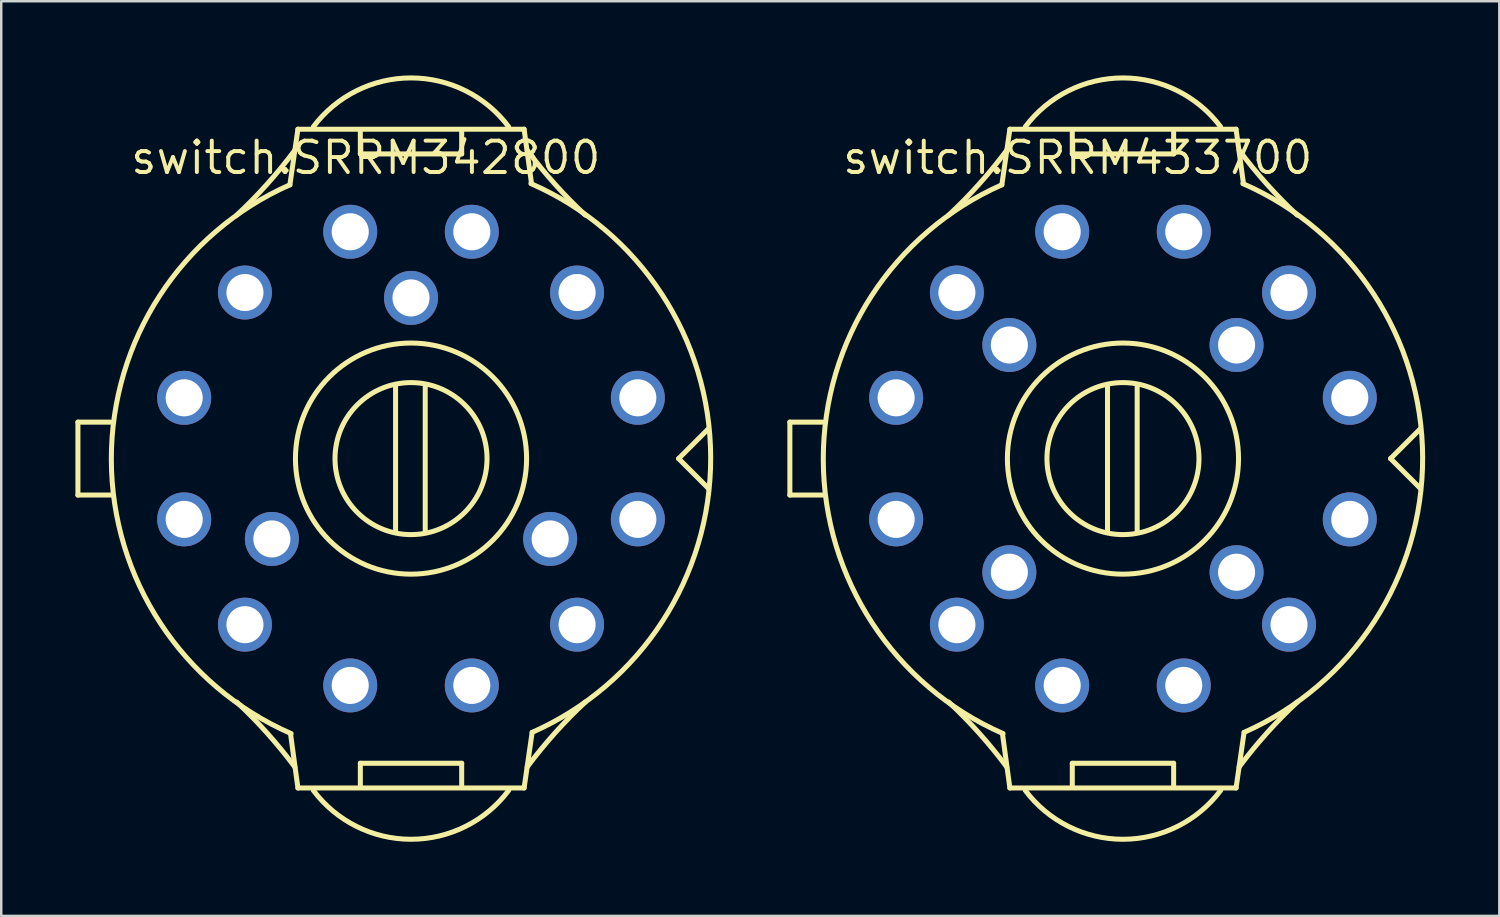
<source format=kicad_pcb>
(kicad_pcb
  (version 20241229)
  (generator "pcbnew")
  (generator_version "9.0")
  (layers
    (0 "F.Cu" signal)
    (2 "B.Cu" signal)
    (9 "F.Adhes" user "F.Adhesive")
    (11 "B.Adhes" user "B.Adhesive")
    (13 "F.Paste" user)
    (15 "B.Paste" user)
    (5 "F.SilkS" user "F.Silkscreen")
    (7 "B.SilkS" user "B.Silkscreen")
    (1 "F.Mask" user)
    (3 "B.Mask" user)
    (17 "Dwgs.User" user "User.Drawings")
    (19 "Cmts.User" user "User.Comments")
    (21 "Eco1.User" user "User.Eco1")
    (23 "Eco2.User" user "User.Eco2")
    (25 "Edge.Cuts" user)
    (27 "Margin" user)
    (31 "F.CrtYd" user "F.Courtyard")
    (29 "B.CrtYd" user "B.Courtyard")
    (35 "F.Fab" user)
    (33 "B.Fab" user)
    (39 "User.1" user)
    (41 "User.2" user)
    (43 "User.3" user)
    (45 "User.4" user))
  (footprint "switch.SRRM342800"
    (layer "F.Cu")
    (at 13.577 15.502)
    (property "Reference" "switch.SRRM342800" (at -11.43 -11.43 0) (layer "F.SilkS") (effects (font (size 1.27 1.27) (thickness 0.16)) (justify left bottom)))
    (attr through_hole)
    (fp_line (start -13.475 -1.475) (end -13.475 1.475) (stroke (width 0.203) (type default)) (layer "F.SilkS"))
    (fp_line (start -13.475 1.475) (end -12.1 1.475) (stroke (width 0.203) (type default)) (layer "F.SilkS"))
    (fp_line (start -12.15 -1.475) (end -13.475 -1.475) (stroke (width 0.203) (type default)) (layer "F.SilkS"))
    (fp_line (start -4.9 -11.075) (end -4.575 -13.325) (stroke (width 0.203) (type default)) (layer "F.SilkS"))
    (fp_line (start -4.575 -13.325) (end 4.575 -13.325) (stroke (width 0.203) (type default)) (layer "F.SilkS"))
    (fp_line (start -4.575 13.325) (end -4.875 11.125) (stroke (width 0.203) (type default)) (layer "F.SilkS"))
    (fp_line (start -2.05 -13.225) (end -2.05 -12.325) (stroke (width 0.203) (type default)) (layer "F.SilkS"))
    (fp_line (start -2.05 -12.325) (end 2.05 -12.325) (stroke (width 0.203) (type default)) (layer "F.SilkS"))
    (fp_line (start -2.05 12.325) (end -2.05 13.225) (stroke (width 0.203) (type default)) (layer "F.SilkS"))
    (fp_line (start -0.625 -2.9) (end -0.625 2.975) (stroke (width 0.203) (type default)) (layer "F.SilkS"))
    (fp_line (start 0.575 -2.9) (end 0.575 2.975) (stroke (width 0.203) (type default)) (layer "F.SilkS"))
    (fp_line (start 2.05 -12.325) (end 2.05 -13.225) (stroke (width 0.203) (type default)) (layer "F.SilkS"))
    (fp_line (start 2.05 12.325) (end -2.05 12.325) (stroke (width 0.203) (type default)) (layer "F.SilkS"))
    (fp_line (start 2.05 13.225) (end 2.05 12.325) (stroke (width 0.203) (type default)) (layer "F.SilkS"))
    (fp_line (start 4.575 -13.325) (end 4.875 -11.125) (stroke (width 0.203) (type default)) (layer "F.SilkS"))
    (fp_line (start 4.575 13.325) (end -4.575 13.325) (stroke (width 0.203) (type default)) (layer "F.SilkS"))
    (fp_line (start 4.9 11.075) (end 4.575 13.325) (stroke (width 0.203) (type default)) (layer "F.SilkS"))
    (fp_line (start 10.825 0) (end 12.025 1.2) (stroke (width 0.203) (type default)) (layer "F.SilkS"))
    (fp_line (start 12.025 -1.2) (end 10.825 0) (stroke (width 0.203) (type default)) (layer "F.SilkS"))
    (fp_arc (start -7.05 9.85) (mid -5.815572 11.109298) (end -4.7 12.475) (stroke (width 0.2032) (type default)) (layer "F.SilkS"))
    (fp_arc (start -4.85 11.125) (mid -12.12335 0.041325) (end -4.9 -11.075) (stroke (width 0.2032) (type default)) (layer "F.SilkS"))
    (fp_arc (start -4.7 -12.475) (mid -5.815572 -11.109298) (end -7.05 -9.85) (stroke (width 0.2032) (type default)) (layer "F.SilkS"))
    (fp_arc (start -3.95 -13.425) (mid 0 -15.4) (end 3.95 -13.425) (stroke (width 0.2032) (type default)) (layer "F.SilkS"))
    (fp_arc (start 3.95 13.425) (mid 0 15.4) (end -3.95 13.425) (stroke (width 0.2032) (type default)) (layer "F.SilkS"))
    (fp_arc (start 4.7 12.475) (mid 5.815572 11.109298) (end 7.05 9.85) (stroke (width 0.2032) (type default)) (layer "F.SilkS"))
    (fp_arc (start 4.85 -11.125) (mid 12.12335 -0.041325) (end 4.9 11.075) (stroke (width 0.2032) (type default)) (layer "F.SilkS"))
    (fp_arc (start 7.05 -9.85) (mid 5.815572 -11.109298) (end 4.7 -12.475) (stroke (width 0.2032) (type default)) (layer "F.SilkS"))
    (fp_circle (center 0 0) (end 3.075 0) (stroke (width 0.203) (type default)) (fill no) (layer "F.SilkS"))
    (fp_circle (center 0 0) (end 4.675 0) (stroke (width 0.203) (type default)) (fill no) (layer "F.SilkS"))
    (pad "1" thru_hole circle (at -9.176 -2.459 90) (size 2.184 2.184) (drill 1.5) (layers "*.Cu" "*.Mask"))
    (pad "2" thru_hole circle (at -6.718 -6.718 90) (size 2.184 2.184) (drill 1.5) (layers "*.Cu" "*.Mask"))
    (pad "3" thru_hole circle (at -2.459 -9.176 90) (size 2.184 2.184) (drill 1.5) (layers "*.Cu" "*.Mask"))
    (pad "4" thru_hole circle (at 2.459 -9.176) (size 2.184 2.184) (drill 1.5) (layers "*.Cu" "*.Mask"))
    (pad "5" thru_hole circle (at 6.718 -6.718) (size 2.184 2.184) (drill 1.5) (layers "*.Cu" "*.Mask"))
    (pad "6" thru_hole circle (at 9.176 -2.459) (size 2.184 2.184) (drill 1.5) (layers "*.Cu" "*.Mask"))
    (pad "7" thru_hole circle (at 9.176 2.459 270) (size 2.184 2.184) (drill 1.5) (layers "*.Cu" "*.Mask"))
    (pad "8" thru_hole circle (at 6.718 6.718 270) (size 2.184 2.184) (drill 1.5) (layers "*.Cu" "*.Mask"))
    (pad "9" thru_hole circle (at 2.459 9.176 270) (size 2.184 2.184) (drill 1.5) (layers "*.Cu" "*.Mask"))
    (pad "10" thru_hole circle (at -2.459 9.176 180) (size 2.184 2.184) (drill 1.5) (layers "*.Cu" "*.Mask"))
    (pad "11" thru_hole circle (at -6.718 6.718 180) (size 2.184 2.184) (drill 1.5) (layers "*.Cu" "*.Mask"))
    (pad "12" thru_hole circle (at -9.176 2.459 180) (size 2.184 2.184) (drill 1.5) (layers "*.Cu" "*.Mask"))
    (pad "13" thru_hole circle (at -0.0001 -6.5 60) (size 2.184 2.184) (drill 1.5) (layers "*.Cu" "*.Mask"))
    (pad "14" thru_hole circle (at 5.629 3.25 300) (size 2.184 2.184) (drill 1.5) (layers "*.Cu" "*.Mask"))
    (pad "15" thru_hole circle (at -5.629 3.25 180) (size 2.184 2.184) (drill 1.5) (layers "*.Cu" "*.Mask")))
  (footprint "switch.SRRM433700"
    (layer "F.Cu")
    (at 42.378 15.502)
    (property "Reference" "switch.SRRM433700" (at -11.43 -11.43 0) (layer "F.SilkS") (effects (font (size 1.27 1.27) (thickness 0.16)) (justify left bottom)))
    (attr through_hole)
    (fp_line (start -13.475 -1.475) (end -13.475 1.475) (stroke (width 0.203) (type default)) (layer "F.SilkS"))
    (fp_line (start -13.475 1.475) (end -12.1 1.475) (stroke (width 0.203) (type default)) (layer "F.SilkS"))
    (fp_line (start -12.15 -1.475) (end -13.475 -1.475) (stroke (width 0.203) (type default)) (layer "F.SilkS"))
    (fp_line (start -4.9 -11.075) (end -4.575 -13.325) (stroke (width 0.203) (type default)) (layer "F.SilkS"))
    (fp_line (start -4.575 -13.325) (end 4.575 -13.325) (stroke (width 0.203) (type default)) (layer "F.SilkS"))
    (fp_line (start -4.575 13.325) (end -4.875 11.125) (stroke (width 0.203) (type default)) (layer "F.SilkS"))
    (fp_line (start -2.05 -13.225) (end -2.05 -12.325) (stroke (width 0.203) (type default)) (layer "F.SilkS"))
    (fp_line (start -2.05 -12.325) (end 2.05 -12.325) (stroke (width 0.203) (type default)) (layer "F.SilkS"))
    (fp_line (start -2.05 12.325) (end -2.05 13.225) (stroke (width 0.203) (type default)) (layer "F.SilkS"))
    (fp_line (start -0.625 -2.9) (end -0.625 2.975) (stroke (width 0.203) (type default)) (layer "F.SilkS"))
    (fp_line (start 0.575 -2.9) (end 0.575 2.975) (stroke (width 0.203) (type default)) (layer "F.SilkS"))
    (fp_line (start 2.05 -12.325) (end 2.05 -13.225) (stroke (width 0.203) (type default)) (layer "F.SilkS"))
    (fp_line (start 2.05 12.325) (end -2.05 12.325) (stroke (width 0.203) (type default)) (layer "F.SilkS"))
    (fp_line (start 2.05 13.225) (end 2.05 12.325) (stroke (width 0.203) (type default)) (layer "F.SilkS"))
    (fp_line (start 4.575 -13.325) (end 4.875 -11.125) (stroke (width 0.203) (type default)) (layer "F.SilkS"))
    (fp_line (start 4.575 13.325) (end -4.575 13.325) (stroke (width 0.203) (type default)) (layer "F.SilkS"))
    (fp_line (start 4.9 11.075) (end 4.575 13.325) (stroke (width 0.203) (type default)) (layer "F.SilkS"))
    (fp_line (start 10.825 0) (end 12.025 1.2) (stroke (width 0.203) (type default)) (layer "F.SilkS"))
    (fp_line (start 12.025 -1.2) (end 10.825 0) (stroke (width 0.203) (type default)) (layer "F.SilkS"))
    (fp_arc (start -7.05 9.85) (mid -5.815572 11.109298) (end -4.7 12.475) (stroke (width 0.2032) (type default)) (layer "F.SilkS"))
    (fp_arc (start -4.85 11.125) (mid -12.12335 0.041325) (end -4.9 -11.075) (stroke (width 0.2032) (type default)) (layer "F.SilkS"))
    (fp_arc (start -4.7 -12.475) (mid -5.815572 -11.109298) (end -7.05 -9.85) (stroke (width 0.2032) (type default)) (layer "F.SilkS"))
    (fp_arc (start -3.95 -13.425) (mid 0 -15.4) (end 3.95 -13.425) (stroke (width 0.2032) (type default)) (layer "F.SilkS"))
    (fp_arc (start 3.95 13.425) (mid 0 15.4) (end -3.95 13.425) (stroke (width 0.2032) (type default)) (layer "F.SilkS"))
    (fp_arc (start 4.7 12.475) (mid 5.815572 11.109298) (end 7.05 9.85) (stroke (width 0.2032) (type default)) (layer "F.SilkS"))
    (fp_arc (start 4.85 -11.125) (mid 12.12335 -0.041325) (end 4.9 11.075) (stroke (width 0.2032) (type default)) (layer "F.SilkS"))
    (fp_arc (start 7.05 -9.85) (mid 5.815572 -11.109298) (end 4.7 -12.475) (stroke (width 0.2032) (type default)) (layer "F.SilkS"))
    (fp_circle (center 0 0) (end 3.075 0) (stroke (width 0.203) (type default)) (fill no) (layer "F.SilkS"))
    (fp_circle (center 0 0) (end 4.675 0) (stroke (width 0.203) (type default)) (fill no) (layer "F.SilkS"))
    (pad "1" thru_hole circle (at -9.176 -2.459 90) (size 2.184 2.184) (drill 1.5) (layers "*.Cu" "*.Mask"))
    (pad "2" thru_hole circle (at -6.718 -6.718 90) (size 2.184 2.184) (drill 1.5) (layers "*.Cu" "*.Mask"))
    (pad "3" thru_hole circle (at -2.459 -9.176 90) (size 2.184 2.184) (drill 1.5) (layers "*.Cu" "*.Mask"))
    (pad "4" thru_hole circle (at 2.459 -9.176) (size 2.184 2.184) (drill 1.5) (layers "*.Cu" "*.Mask"))
    (pad "5" thru_hole circle (at 6.718 -6.718) (size 2.184 2.184) (drill 1.5) (layers "*.Cu" "*.Mask"))
    (pad "6" thru_hole circle (at 9.176 -2.459) (size 2.184 2.184) (drill 1.5) (layers "*.Cu" "*.Mask"))
    (pad "7" thru_hole circle (at 9.176 2.459 270) (size 2.184 2.184) (drill 1.5) (layers "*.Cu" "*.Mask"))
    (pad "8" thru_hole circle (at 6.718 6.718 270) (size 2.184 2.184) (drill 1.5) (layers "*.Cu" "*.Mask"))
    (pad "9" thru_hole circle (at 2.459 9.176 270) (size 2.184 2.184) (drill 1.5) (layers "*.Cu" "*.Mask"))
    (pad "10" thru_hole circle (at -2.459 9.176 180) (size 2.184 2.184) (drill 1.5) (layers "*.Cu" "*.Mask"))
    (pad "11" thru_hole circle (at -6.718 6.718 180) (size 2.184 2.184) (drill 1.5) (layers "*.Cu" "*.Mask"))
    (pad "12" thru_hole circle (at -9.176 2.459 180) (size 2.184 2.184) (drill 1.5) (layers "*.Cu" "*.Mask"))
    (pad "13" thru_hole circle (at -4.596 -4.596 105) (size 2.184 2.184) (drill 1.5) (layers "*.Cu" "*.Mask"))
    (pad "14" thru_hole circle (at 4.596 -4.596 15) (size 2.184 2.184) (drill 1.5) (layers "*.Cu" "*.Mask"))
    (pad "15" thru_hole circle (at 4.596 4.596 285) (size 2.184 2.184) (drill 1.5) (layers "*.Cu" "*.Mask"))
    (pad "16" thru_hole circle (at -4.596 4.596 195) (size 2.184 2.184) (drill 1.5) (layers "*.Cu" "*.Mask")))
  (gr_rect
    (start -3 -3)
    (end 57.603 34.003)
    (stroke (width 0.1) (type default))
    (fill no)
    (layer "Edge.Cuts")))
</source>
